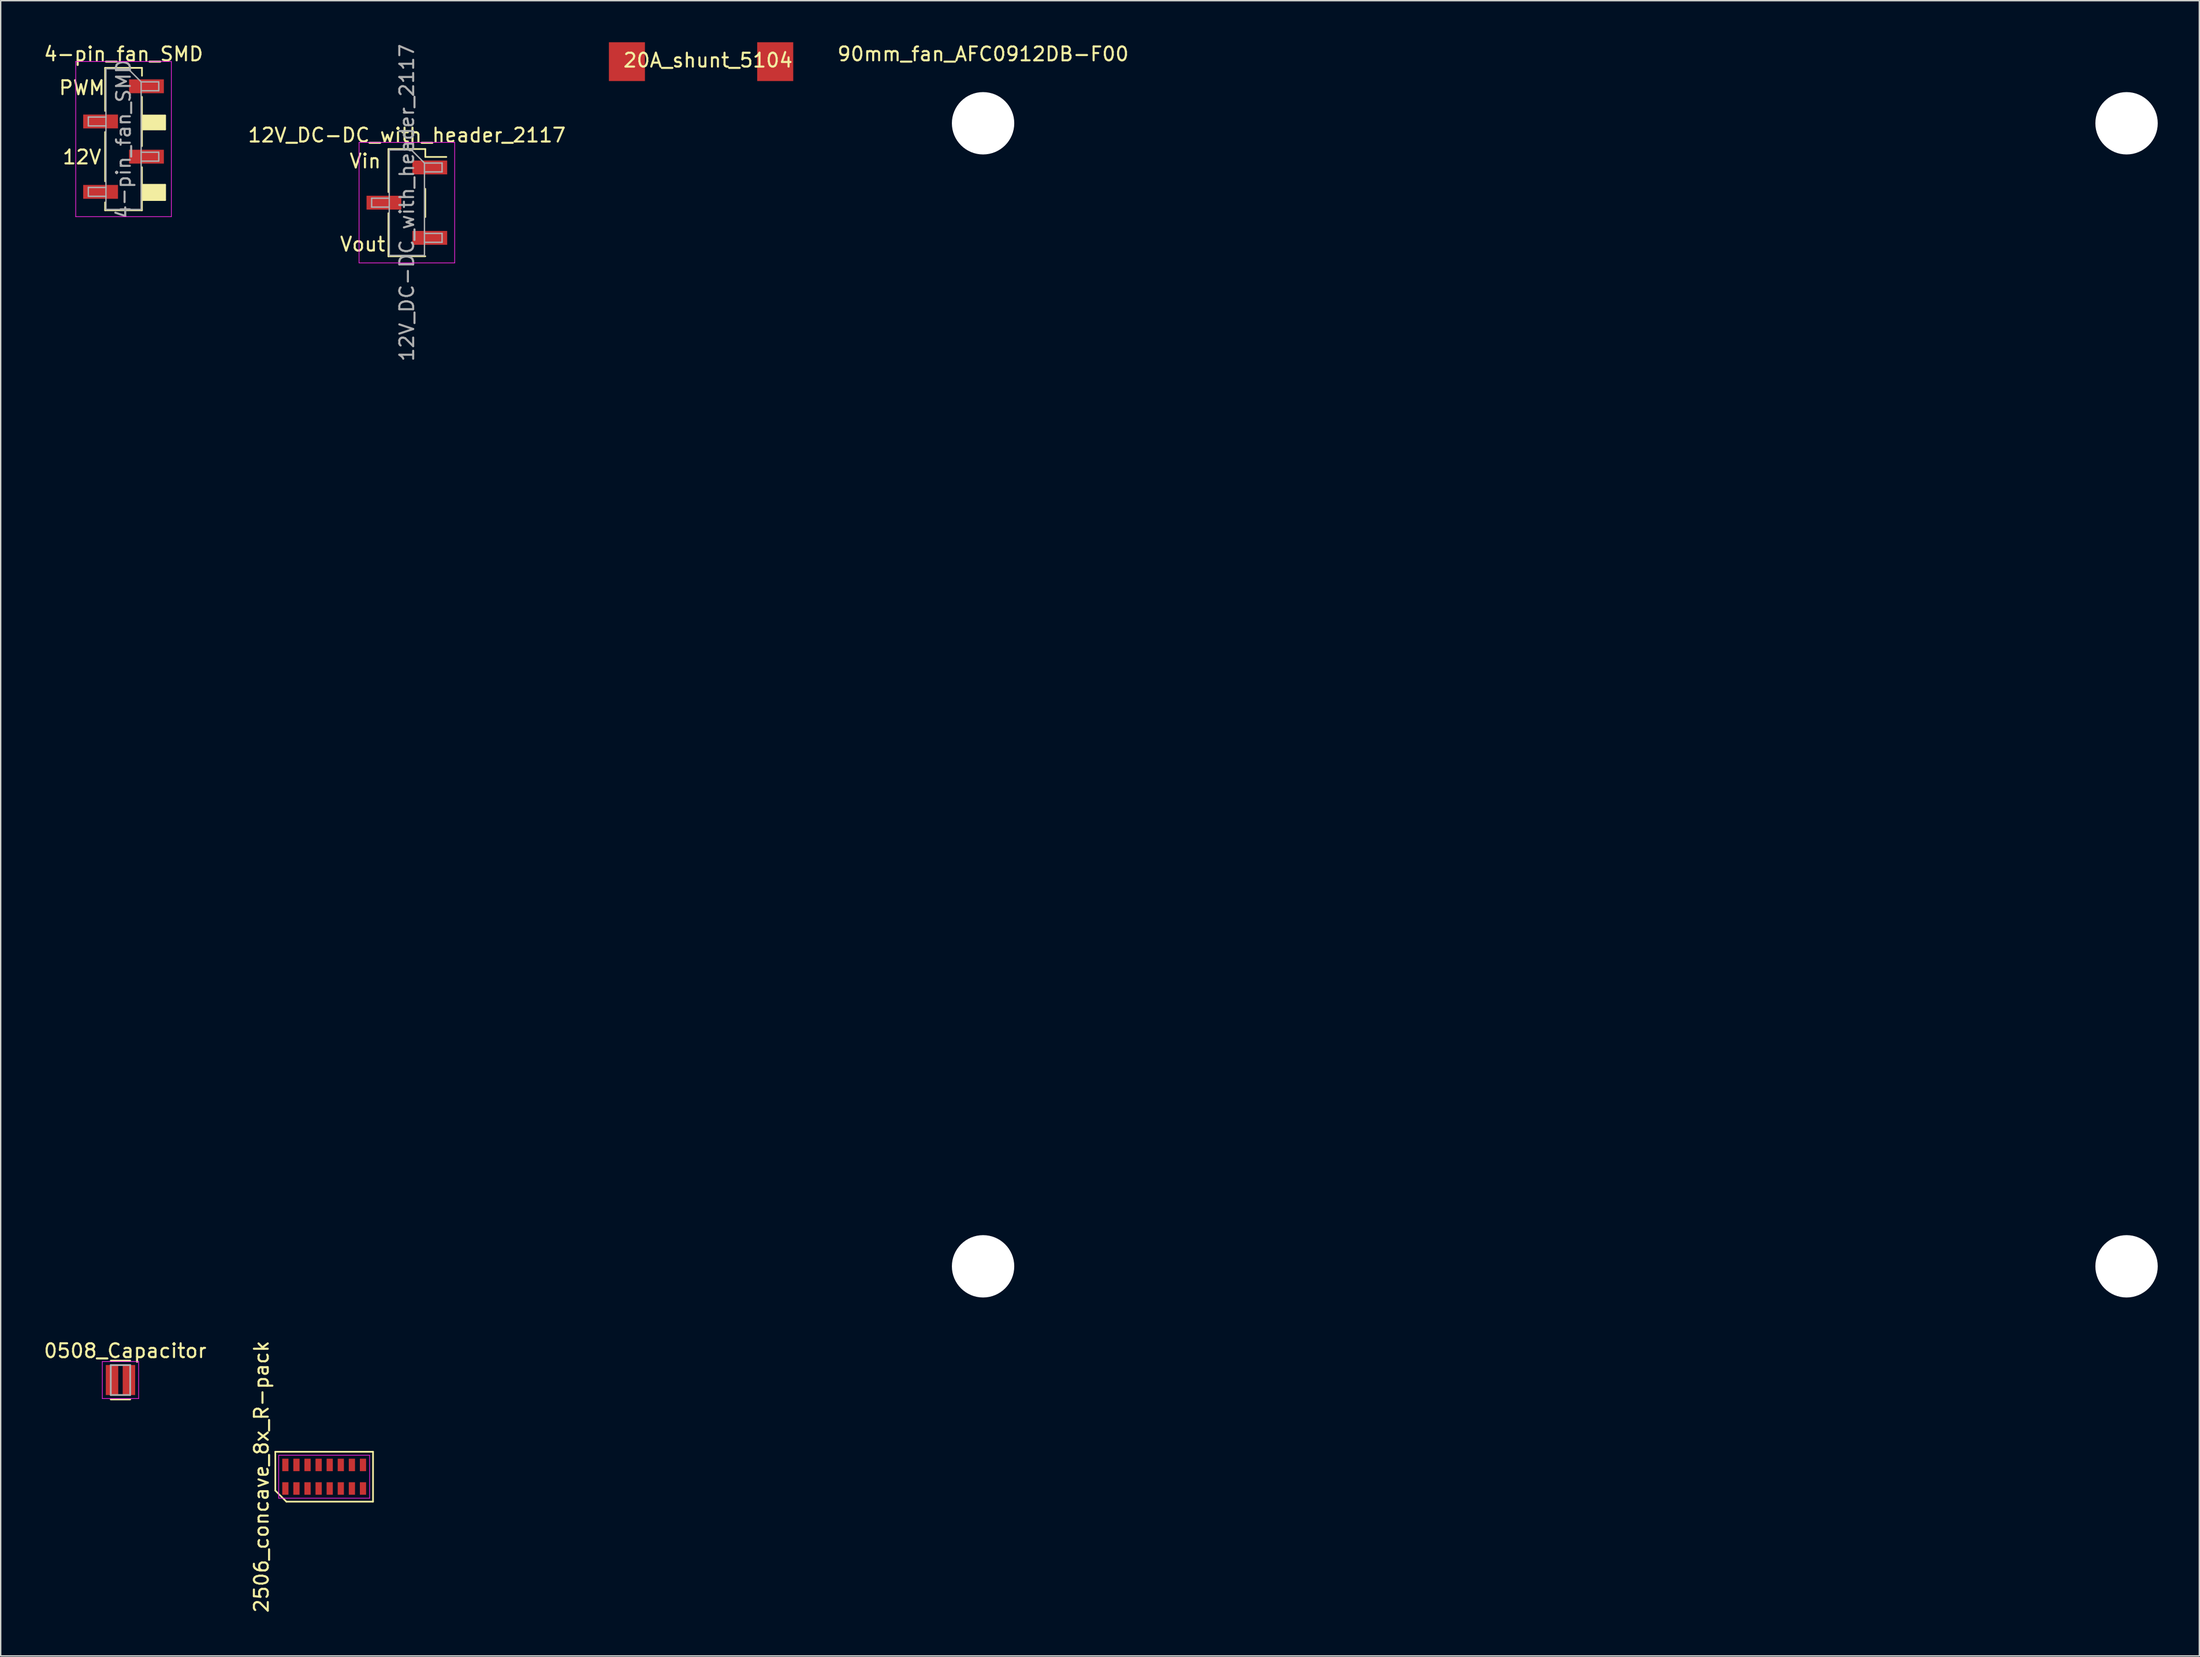
<source format=kicad_pcb>
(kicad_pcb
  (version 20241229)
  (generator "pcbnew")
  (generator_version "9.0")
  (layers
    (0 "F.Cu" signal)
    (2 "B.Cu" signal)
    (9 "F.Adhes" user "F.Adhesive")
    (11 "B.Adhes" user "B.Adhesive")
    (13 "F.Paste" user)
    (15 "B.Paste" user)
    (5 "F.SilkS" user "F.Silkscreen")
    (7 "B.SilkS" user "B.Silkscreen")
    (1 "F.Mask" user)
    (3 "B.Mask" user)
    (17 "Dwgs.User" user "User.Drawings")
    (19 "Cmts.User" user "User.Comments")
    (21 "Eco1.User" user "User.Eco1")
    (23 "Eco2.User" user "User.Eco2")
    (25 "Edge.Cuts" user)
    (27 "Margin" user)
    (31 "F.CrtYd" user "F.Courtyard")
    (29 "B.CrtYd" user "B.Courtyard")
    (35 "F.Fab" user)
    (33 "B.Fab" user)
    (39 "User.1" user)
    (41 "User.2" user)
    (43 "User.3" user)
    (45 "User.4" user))
  (footprint "0508_Capacitor"
    (layer "F.Cu")
    (at 5.642 96.556)
    (property "Reference" "0508_Capacitor" (at 0.34 -2.11 0) (layer "F.SilkS") (effects (font (size 1 1) (thickness 0.15))))
    (attr through_hole)
    (fp_line (start -0.7 1.4) (end 0.7 1.4) (stroke (width 0.127) (type solid)) (layer "F.SilkS"))
    (fp_line (start 0.7 -1.4) (end -0.7 -1.4) (stroke (width 0.127) (type solid)) (layer "F.SilkS"))
    (fp_line (start -1.31 -1.335) (end 1.31 -1.335) (stroke (width 0.05) (type solid)) (layer "F.CrtYd"))
    (fp_line (start -1.31 1.335) (end -1.31 -1.335) (stroke (width 0.05) (type solid)) (layer "F.CrtYd"))
    (fp_line (start -1.31 1.335) (end 1.31 1.335) (stroke (width 0.05) (type solid)) (layer "F.CrtYd"))
    (fp_line (start 1.31 1.335) (end 1.31 -1.335) (stroke (width 0.05) (type solid)) (layer "F.CrtYd"))
    (fp_line (start -0.7 1.08) (end -0.7 -1.08) (stroke (width 0.127) (type solid)) (layer "F.Fab"))
    (fp_line (start 0.7 -1.08) (end -0.7 -1.08) (stroke (width 0.127) (type solid)) (layer "F.Fab"))
    (fp_line (start 0.7 1.08) (end -0.7 1.08) (stroke (width 0.127) (type solid)) (layer "F.Fab"))
    (fp_line (start 0.7 1.08) (end 0.7 -1.08) (stroke (width 0.127) (type solid)) (layer "F.Fab"))
    (pad "1" smd rect (at -0.61 0) (size 0.9 2.17) (layers "F.Cu" "F.Mask" "F.Paste"))
    (pad "2" smd rect (at 0.61 0) (size 0.9 2.17) (layers "F.Cu" "F.Mask" "F.Paste")))
  (footprint "20A_shunt_5104"
    (layer "F.Cu")
    (at 47.531 1.4)
    (property "Reference" "20A_shunt_5104" (at 0.5 -0.1 0) (layer "F.SilkS") (effects (font (size 1 1) (thickness 0.15))))
    (attr through_hole)
    (pad "1" smd rect (at 5.35 0) (size 2.6 2.8) (layers "F.Cu" "F.Mask" "F.Paste"))
    (pad "2" smd rect (at -5.35 0) (size 2.6 2.8) (layers "F.Cu" "F.Mask" "F.Paste")))
  (footprint "4-pin_fan_SMD"
    (layer "F.Cu")
    (at 5.863 6.988)
    (property "Reference" "4-pin_fan_SMD" (at 0 -6.14 0) (layer "F.SilkS") (effects (font (size 1 1) (thickness 0.15))))
    (attr smd)
    (fp_line (start -1.33 -5.14) (end -1.33 -2.03) (stroke (width 0.12) (type solid)) (layer "F.SilkS"))
    (fp_line (start -1.33 -5.14) (end 1.33 -5.14) (stroke (width 0.12) (type solid)) (layer "F.SilkS"))
    (fp_line (start -1.33 -0.51) (end -1.33 3.05) (stroke (width 0.12) (type solid)) (layer "F.SilkS"))
    (fp_line (start -1.33 4.57) (end -1.33 5.14) (stroke (width 0.12) (type solid)) (layer "F.SilkS"))
    (fp_line (start -1.33 5.14) (end 1.33 5.14) (stroke (width 0.12) (type solid)) (layer "F.SilkS"))
    (fp_line (start 1.3 -1.7) (end 3 -1.7) (stroke (width 0.12) (type solid)) (layer "F.SilkS"))
    (fp_line (start 1.3 3.3) (end 3 3.3) (stroke (width 0.12) (type solid)) (layer "F.SilkS"))
    (fp_line (start 1.33 -5.14) (end 1.33 -4.57) (stroke (width 0.12) (type solid)) (layer "F.SilkS"))
    (fp_line (start 1.33 -3.05) (end 1.33 0.51) (stroke (width 0.12) (type solid)) (layer "F.SilkS"))
    (fp_line (start 1.33 2.03) (end 1.33 5.14) (stroke (width 0.12) (type solid)) (layer "F.SilkS"))
    (fp_line (start 3 -1.7) (end 3 -0.7) (stroke (width 0.12) (type solid)) (layer "F.SilkS"))
    (fp_line (start 3 -0.7) (end 1.4 -0.7) (stroke (width 0.12) (type solid)) (layer "F.SilkS"))
    (fp_line (start 3 3.3) (end 3 4.4) (stroke (width 0.12) (type solid)) (layer "F.SilkS"))
    (fp_line (start 3 4.4) (end 1.4 4.4) (stroke (width 0.12) (type solid)) (layer "F.SilkS"))
    (fp_poly (pts (xy 3 -0.7) (xy 1.3 -0.7) (xy 1.3 -1.7) (xy 3 -1.7)) (stroke (width 0.1) (type solid)) (fill yes) (layer "F.SilkS"))
    (fp_poly (pts (xy 3 4.4) (xy 1.3 4.4) (xy 1.3 3.3) (xy 3 3.3)) (stroke (width 0.1) (type solid)) (fill yes) (layer "F.SilkS"))
    (fp_line (start -3.45 -5.6) (end -3.45 5.6) (stroke (width 0.05) (type solid)) (layer "F.CrtYd"))
    (fp_line (start -3.45 5.6) (end 3.45 5.6) (stroke (width 0.05) (type solid)) (layer "F.CrtYd"))
    (fp_line (start 3.45 -5.6) (end -3.45 -5.6) (stroke (width 0.05) (type solid)) (layer "F.CrtYd"))
    (fp_line (start 3.45 5.6) (end 3.45 -5.6) (stroke (width 0.05) (type solid)) (layer "F.CrtYd"))
    (fp_line (start -2.54 -1.59) (end -2.54 -0.95) (stroke (width 0.1) (type solid)) (layer "F.Fab"))
    (fp_line (start -2.54 -0.95) (end -1.27 -0.95) (stroke (width 0.1) (type solid)) (layer "F.Fab"))
    (fp_line (start -2.54 3.49) (end -2.54 4.13) (stroke (width 0.1) (type solid)) (layer "F.Fab"))
    (fp_line (start -2.54 4.13) (end -1.27 4.13) (stroke (width 0.1) (type solid)) (layer "F.Fab"))
    (fp_line (start -1.27 -5.08) (end -1.27 5.08) (stroke (width 0.1) (type solid)) (layer "F.Fab"))
    (fp_line (start -1.27 -5.08) (end 0.32 -5.08) (stroke (width 0.1) (type solid)) (layer "F.Fab"))
    (fp_line (start -1.27 -1.59) (end -2.54 -1.59) (stroke (width 0.1) (type solid)) (layer "F.Fab"))
    (fp_line (start -1.27 3.49) (end -2.54 3.49) (stroke (width 0.1) (type solid)) (layer "F.Fab"))
    (fp_line (start 1.27 -4.13) (end 0.32 -5.08) (stroke (width 0.1) (type solid)) (layer "F.Fab"))
    (fp_line (start 1.27 -4.13) (end 2.54 -4.13) (stroke (width 0.1) (type solid)) (layer "F.Fab"))
    (fp_line (start 1.27 0.95) (end 2.54 0.95) (stroke (width 0.1) (type solid)) (layer "F.Fab"))
    (fp_line (start 1.27 5.08) (end -1.27 5.08) (stroke (width 0.1) (type solid)) (layer "F.Fab"))
    (fp_line (start 1.27 5.08) (end 1.27 -4.13) (stroke (width 0.1) (type solid)) (layer "F.Fab"))
    (fp_line (start 2.54 -4.13) (end 2.54 -3.49) (stroke (width 0.1) (type solid)) (layer "F.Fab"))
    (fp_line (start 2.54 -3.49) (end 1.27 -3.49) (stroke (width 0.1) (type solid)) (layer "F.Fab"))
    (fp_line (start 2.54 0.95) (end 2.54 1.59) (stroke (width 0.1) (type solid)) (layer "F.Fab"))
    (fp_line (start 2.54 1.59) (end 1.27 1.59) (stroke (width 0.1) (type solid)) (layer "F.Fab"))
    (fp_text user "PWM" (at -3 -3.7 0) (layer "F.SilkS") (effects (font (size 1 1) (thickness 0.15))))
    (fp_text user "12V" (at -3 1.3 0) (layer "F.SilkS") (effects (font (size 1 1) (thickness 0.15))))
    (fp_text user "${REFERENCE}" (at 0 0 90) (layer "F.Fab") (effects (font (size 1 1) (thickness 0.15))))
    (pad "1" smd rect (at -1.655 3.81 180) (size 2.51 1) (layers "F.Cu" "F.Mask" "F.Paste"))
    (pad "2" smd rect (at 1.655 1.27 180) (size 2.51 1) (layers "F.Cu" "F.Mask" "F.Paste"))
    (pad "3" smd rect (at -1.655 -1.27 180) (size 2.51 1) (layers "F.Cu" "F.Mask" "F.Paste"))
    (pad "4" smd rect (at 1.655 -3.81 180) (size 2.51 1) (layers "F.Cu" "F.Mask" "F.Paste")))
  (footprint "12V_DC-DC_with_header_2117"
    (layer "F.Cu")
    (at 26.304 11.577)
    (property "Reference" "12V_DC-DC_with_header_2117" (at 0 -4.87 0) (layer "F.SilkS") (effects (font (size 1 1) (thickness 0.15))))
    (attr smd)
    (fp_line (start -1.33 -3.87) (end -1.33 -0.76) (stroke (width 0.12) (type solid)) (layer "F.SilkS"))
    (fp_line (start -1.33 -3.87) (end 1.33 -3.87) (stroke (width 0.12) (type solid)) (layer "F.SilkS"))
    (fp_line (start -1.33 0.76) (end -1.33 3.87) (stroke (width 0.12) (type solid)) (layer "F.SilkS"))
    (fp_line (start -1.33 3.3) (end -1.33 3.87) (stroke (width 0.12) (type solid)) (layer "F.SilkS"))
    (fp_line (start -1.33 3.87) (end 1.33 3.87) (stroke (width 0.12) (type solid)) (layer "F.SilkS"))
    (fp_line (start 1.33 -3.87) (end 1.33 -3.3) (stroke (width 0.12) (type solid)) (layer "F.SilkS"))
    (fp_line (start 1.33 -3.3) (end 2.85 -3.3) (stroke (width 0.12) (type solid)) (layer "F.SilkS"))
    (fp_line (start 1.33 -1) (end 1.33 1.04) (stroke (width 0.12) (type solid)) (layer "F.SilkS"))
    (fp_line (start -3.45 -4.35) (end -3.45 4.35) (stroke (width 0.05) (type solid)) (layer "F.CrtYd"))
    (fp_line (start -3.45 4.35) (end 3.45 4.35) (stroke (width 0.05) (type solid)) (layer "F.CrtYd"))
    (fp_line (start 3.45 -4.35) (end -3.45 -4.35) (stroke (width 0.05) (type solid)) (layer "F.CrtYd"))
    (fp_line (start 3.45 4.35) (end 3.45 -4.35) (stroke (width 0.05) (type solid)) (layer "F.CrtYd"))
    (fp_line (start -2.54 -0.32) (end -2.54 0.32) (stroke (width 0.1) (type solid)) (layer "F.Fab"))
    (fp_line (start -2.54 0.32) (end -1.27 0.32) (stroke (width 0.1) (type solid)) (layer "F.Fab"))
    (fp_line (start -1.27 -3.81) (end -1.27 3.81) (stroke (width 0.1) (type solid)) (layer "F.Fab"))
    (fp_line (start -1.27 -3.81) (end 0.32 -3.81) (stroke (width 0.1) (type solid)) (layer "F.Fab"))
    (fp_line (start -1.27 -0.32) (end -2.54 -0.32) (stroke (width 0.1) (type solid)) (layer "F.Fab"))
    (fp_line (start 1.27 -2.86) (end 0.32 -3.81) (stroke (width 0.1) (type solid)) (layer "F.Fab"))
    (fp_line (start 1.27 -2.86) (end 2.54 -2.86) (stroke (width 0.1) (type solid)) (layer "F.Fab"))
    (fp_line (start 1.27 2.22) (end 2.54 2.22) (stroke (width 0.1) (type solid)) (layer "F.Fab"))
    (fp_line (start 1.27 3.81) (end -1.27 3.81) (stroke (width 0.1) (type solid)) (layer "F.Fab"))
    (fp_line (start 1.27 3.81) (end 1.27 -2.86) (stroke (width 0.1) (type solid)) (layer "F.Fab"))
    (fp_line (start 2.54 -2.86) (end 2.54 -2.22) (stroke (width 0.1) (type solid)) (layer "F.Fab"))
    (fp_line (start 2.54 -2.22) (end 1.27 -2.22) (stroke (width 0.1) (type solid)) (layer "F.Fab"))
    (fp_line (start 2.54 2.22) (end 2.54 2.86) (stroke (width 0.1) (type solid)) (layer "F.Fab"))
    (fp_line (start 2.54 2.86) (end 1.27 2.86) (stroke (width 0.1) (type solid)) (layer "F.Fab"))
    (fp_text user "Vin" (at -3 -3 0) (layer "F.SilkS") (effects (font (size 1 1) (thickness 0.15))))
    (fp_text user "Vout" (at -3.19 3 0) (layer "F.SilkS") (effects (font (size 1 1) (thickness 0.15))))
    (fp_text user "${REFERENCE}" (at 0 0 90) (layer "F.Fab") (effects (font (size 1 1) (thickness 0.15))))
    (pad "1" smd rect (at 1.655 -2.54) (size 2.51 1) (layers "F.Cu" "F.Mask" "F.Paste"))
    (pad "2" smd rect (at -1.655 0) (size 2.51 1) (layers "F.Cu" "F.Mask" "F.Paste"))
    (pad "3" smd rect (at 1.655 2.54) (size 2.51 1) (layers "F.Cu" "F.Mask" "F.Paste")))
  (footprint "2506_concave_8x_R-pack"
    (layer "F.Cu")
    (at 20.338 103.533)
    (property "Reference" "2506_concave_8x_R-pack" (at -4.525 0 90) (layer "F.SilkS") (effects (font (size 1 1) (thickness 0.15))))
    (attr smd)
    (fp_line (start -3.525 -1.8) (end 3.525 -1.8) (stroke (width 0.12) (type solid)) (layer "F.SilkS"))
    (fp_line (start -3.525 1) (end -3.525 -1.8) (stroke (width 0.12) (type solid)) (layer "F.SilkS"))
    (fp_line (start -2.725 1.8) (end -3.525 1) (stroke (width 0.12) (type solid)) (layer "F.SilkS"))
    (fp_line (start 3.525 -1.8) (end 3.525 1.8) (stroke (width 0.12) (type solid)) (layer "F.SilkS"))
    (fp_line (start 3.525 1.8) (end -2.725 1.8) (stroke (width 0.12) (type solid)) (layer "F.SilkS"))
    (fp_line (start -3.28 -1.55) (end 3.28 -1.55) (stroke (width 0.05) (type solid)) (layer "F.CrtYd"))
    (fp_line (start -3.28 1.55) (end -3.28 -1.55) (stroke (width 0.05) (type solid)) (layer "F.CrtYd"))
    (fp_line (start 3.28 -1.55) (end 3.28 1.55) (stroke (width 0.05) (type solid)) (layer "F.CrtYd"))
    (fp_line (start 3.28 1.55) (end -3.28 1.55) (stroke (width 0.05) (type solid)) (layer "F.CrtYd"))
    (pad "1" smd rect (at -2.8 0.85) (size 0.45 0.9) (layers "F.Cu" "F.Mask" "F.Paste"))
    (pad "2" smd rect (at -2 0.85) (size 0.45 0.9) (layers "F.Cu" "F.Mask" "F.Paste"))
    (pad "3" smd rect (at -1.2 0.85) (size 0.45 0.9) (layers "F.Cu" "F.Mask" "F.Paste"))
    (pad "4" smd rect (at -0.4 0.85) (size 0.45 0.9) (layers "F.Cu" "F.Mask" "F.Paste"))
    (pad "5" smd rect (at 0.4 0.85) (size 0.45 0.9) (layers "F.Cu" "F.Mask" "F.Paste"))
    (pad "6" smd rect (at 1.2 0.85) (size 0.45 0.9) (layers "F.Cu" "F.Mask" "F.Paste"))
    (pad "7" smd rect (at 2 0.85) (size 0.45 0.9) (layers "F.Cu" "F.Mask" "F.Paste"))
    (pad "8" smd rect (at 2.8 0.85) (size 0.45 0.9) (layers "F.Cu" "F.Mask" "F.Paste"))
    (pad "9" smd rect (at 2.8 -0.85) (size 0.45 0.9) (layers "F.Cu" "F.Mask" "F.Paste"))
    (pad "10" smd rect (at 2 -0.85) (size 0.45 0.9) (layers "F.Cu" "F.Mask" "F.Paste"))
    (pad "11" smd rect (at 1.2 -0.85) (size 0.45 0.9) (layers "F.Cu" "F.Mask" "F.Paste"))
    (pad "12" smd rect (at 0.4 -0.85) (size 0.45 0.9) (layers "F.Cu" "F.Mask" "F.Paste"))
    (pad "13" smd rect (at -0.4 -0.85) (size 0.45 0.9) (layers "F.Cu" "F.Mask" "F.Paste"))
    (pad "14" smd rect (at -1.2 -0.85) (size 0.45 0.9) (layers "F.Cu" "F.Mask" "F.Paste"))
    (pad "15" smd rect (at -2 -0.85) (size 0.45 0.9) (layers "F.Cu" "F.Mask" "F.Paste"))
    (pad "16" smd rect (at -2.8 -0.85) (size 0.45 0.9) (layers "F.Cu" "F.Mask" "F.Paste")))
  (footprint "90mm_fan_AFC0912DB-F00"
    (layer "F.Cu")
    (at 67.876 5.848)
    (property "Reference" "90mm_fan_AFC0912DB-F00" (at 0 -5 0) (layer "F.SilkS") (effects (font (size 1 1) (thickness 0.15))))
    (attr through_hole)
    (pad "" np_thru_hole circle (at 0 0) (size 4.5 4.5) (drill 4.5) (layers "*.Cu" "*.Mask"))
    (pad "" np_thru_hole circle (at 0 82.5) (size 4.5 4.5) (drill 4.5) (layers "*.Cu" "*.Mask"))
    (pad "" np_thru_hole circle (at 82.5 0) (size 4.5 4.5) (drill 4.5) (layers "*.Cu" "*.Mask"))
    (pad "" np_thru_hole circle (at 82.5 82.5) (size 4.5 4.5) (drill 4.5) (layers "*.Cu" "*.Mask")))
  (gr_rect
    (start -3 -3)
    (end 155.626 116.467)
    (stroke (width 0.1) (type default))
    (fill no)
    (layer "Edge.Cuts")))
</source>
